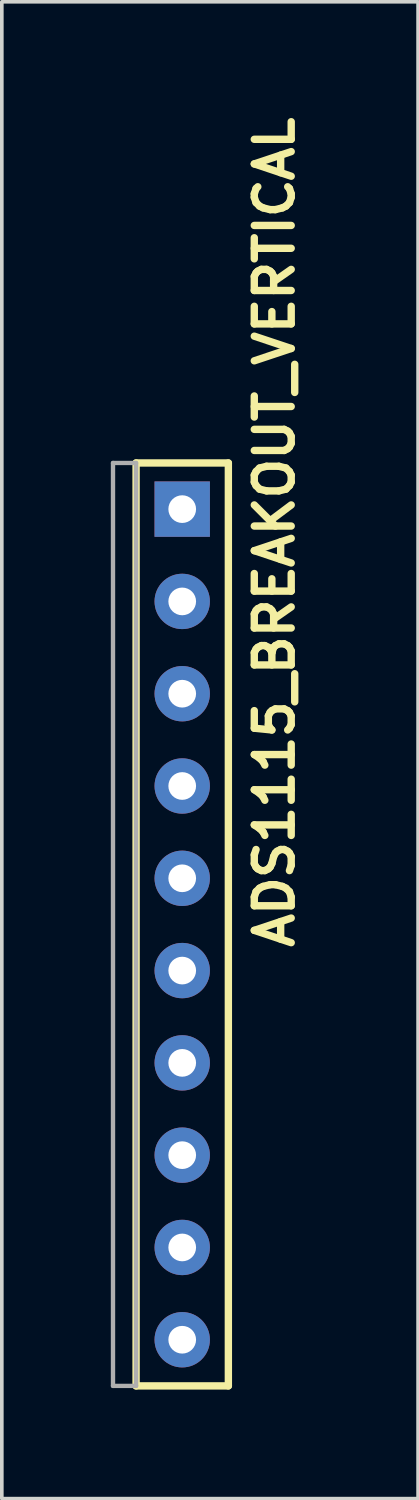
<source format=kicad_pcb>
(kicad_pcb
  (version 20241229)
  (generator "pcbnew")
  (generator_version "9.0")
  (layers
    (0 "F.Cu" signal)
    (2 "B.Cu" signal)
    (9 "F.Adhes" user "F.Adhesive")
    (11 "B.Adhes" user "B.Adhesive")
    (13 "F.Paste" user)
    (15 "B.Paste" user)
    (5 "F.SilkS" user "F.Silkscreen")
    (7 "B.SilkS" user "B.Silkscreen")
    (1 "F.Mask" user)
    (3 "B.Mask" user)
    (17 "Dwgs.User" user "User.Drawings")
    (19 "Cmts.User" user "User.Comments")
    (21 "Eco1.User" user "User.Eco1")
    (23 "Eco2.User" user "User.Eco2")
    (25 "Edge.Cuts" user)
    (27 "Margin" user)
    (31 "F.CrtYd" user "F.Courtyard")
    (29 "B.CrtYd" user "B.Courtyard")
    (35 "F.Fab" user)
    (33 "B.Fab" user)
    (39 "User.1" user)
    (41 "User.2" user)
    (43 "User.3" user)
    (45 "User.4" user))
  (footprint "ADS1115_BREAKOUT_VERTICAL"
    (layer "F.Cu")
    (at 3.235 22.392)
    (property "Reference" "ADS1115_BREAKOUT_VERTICAL" (at 1.27 -10.795 270) (layer "F.SilkS") (effects (font (size 1.016 1.016) (thickness 0.203))))
    (attr through_hole)
    (fp_line (start -2.54 12.7) (end -2.54 -12.7) (stroke (width 0.203) (type solid)) (layer "F.SilkS"))
    (fp_line (start -2.54 12.7) (end 0 12.7) (stroke (width 0.203) (type solid)) (layer "F.SilkS"))
    (fp_line (start 0 -12.7) (end -2.54 -12.7) (stroke (width 0.203) (type solid)) (layer "F.SilkS"))
    (fp_line (start 0 -12.7) (end 0 12.7) (stroke (width 0.203) (type solid)) (layer "F.SilkS"))
    (fp_line (start -3.175 -12.7) (end -3.175 12.7) (stroke (width 0.12) (type solid)) (layer "F.Fab"))
    (fp_line (start -3.175 12.7) (end -2.54 12.7) (stroke (width 0.12) (type solid)) (layer "F.Fab"))
    (fp_line (start -2.54 -12.7) (end -3.175 -12.7) (stroke (width 0.12) (type solid)) (layer "F.Fab"))
    (fp_line (start -2.54 12.7) (end -2.54 -12.7) (stroke (width 0.12) (type solid)) (layer "F.Fab"))
    (pad "1" thru_hole rect (at -1.27 -11.43) (size 1.524 1.524) (drill 0.762) (layers "*.Cu" "*.Mask"))
    (pad "2" thru_hole circle (at -1.27 -8.89) (size 1.524 1.524) (drill 0.762) (layers "*.Cu" "*.Mask"))
    (pad "3" thru_hole circle (at -1.27 -6.35) (size 1.524 1.524) (drill 0.762) (layers "*.Cu" "*.Mask"))
    (pad "4" thru_hole circle (at -1.27 -3.81) (size 1.524 1.524) (drill 0.762) (layers "*.Cu" "*.Mask"))
    (pad "5" thru_hole circle (at -1.27 -1.27) (size 1.524 1.524) (drill 0.762) (layers "*.Cu" "*.Mask"))
    (pad "6" thru_hole circle (at -1.27 1.27) (size 1.524 1.524) (drill 0.762) (layers "*.Cu" "*.Mask"))
    (pad "7" thru_hole circle (at -1.27 3.81) (size 1.524 1.524) (drill 0.762) (layers "*.Cu" "*.Mask"))
    (pad "8" thru_hole circle (at -1.27 6.35) (size 1.524 1.524) (drill 0.762) (layers "*.Cu" "*.Mask"))
    (pad "9" thru_hole circle (at -1.27 8.89) (size 1.524 1.524) (drill 0.762) (layers "*.Cu" "*.Mask"))
    (pad "10" thru_hole circle (at -1.27 11.43) (size 1.524 1.524) (drill 0.762) (layers "*.Cu" "*.Mask")))
  (gr_rect
    (start -3 -3)
    (end 8.456 38.194)
    (stroke (width 0.1) (type default))
    (fill no)
    (layer "Edge.Cuts")))
</source>
